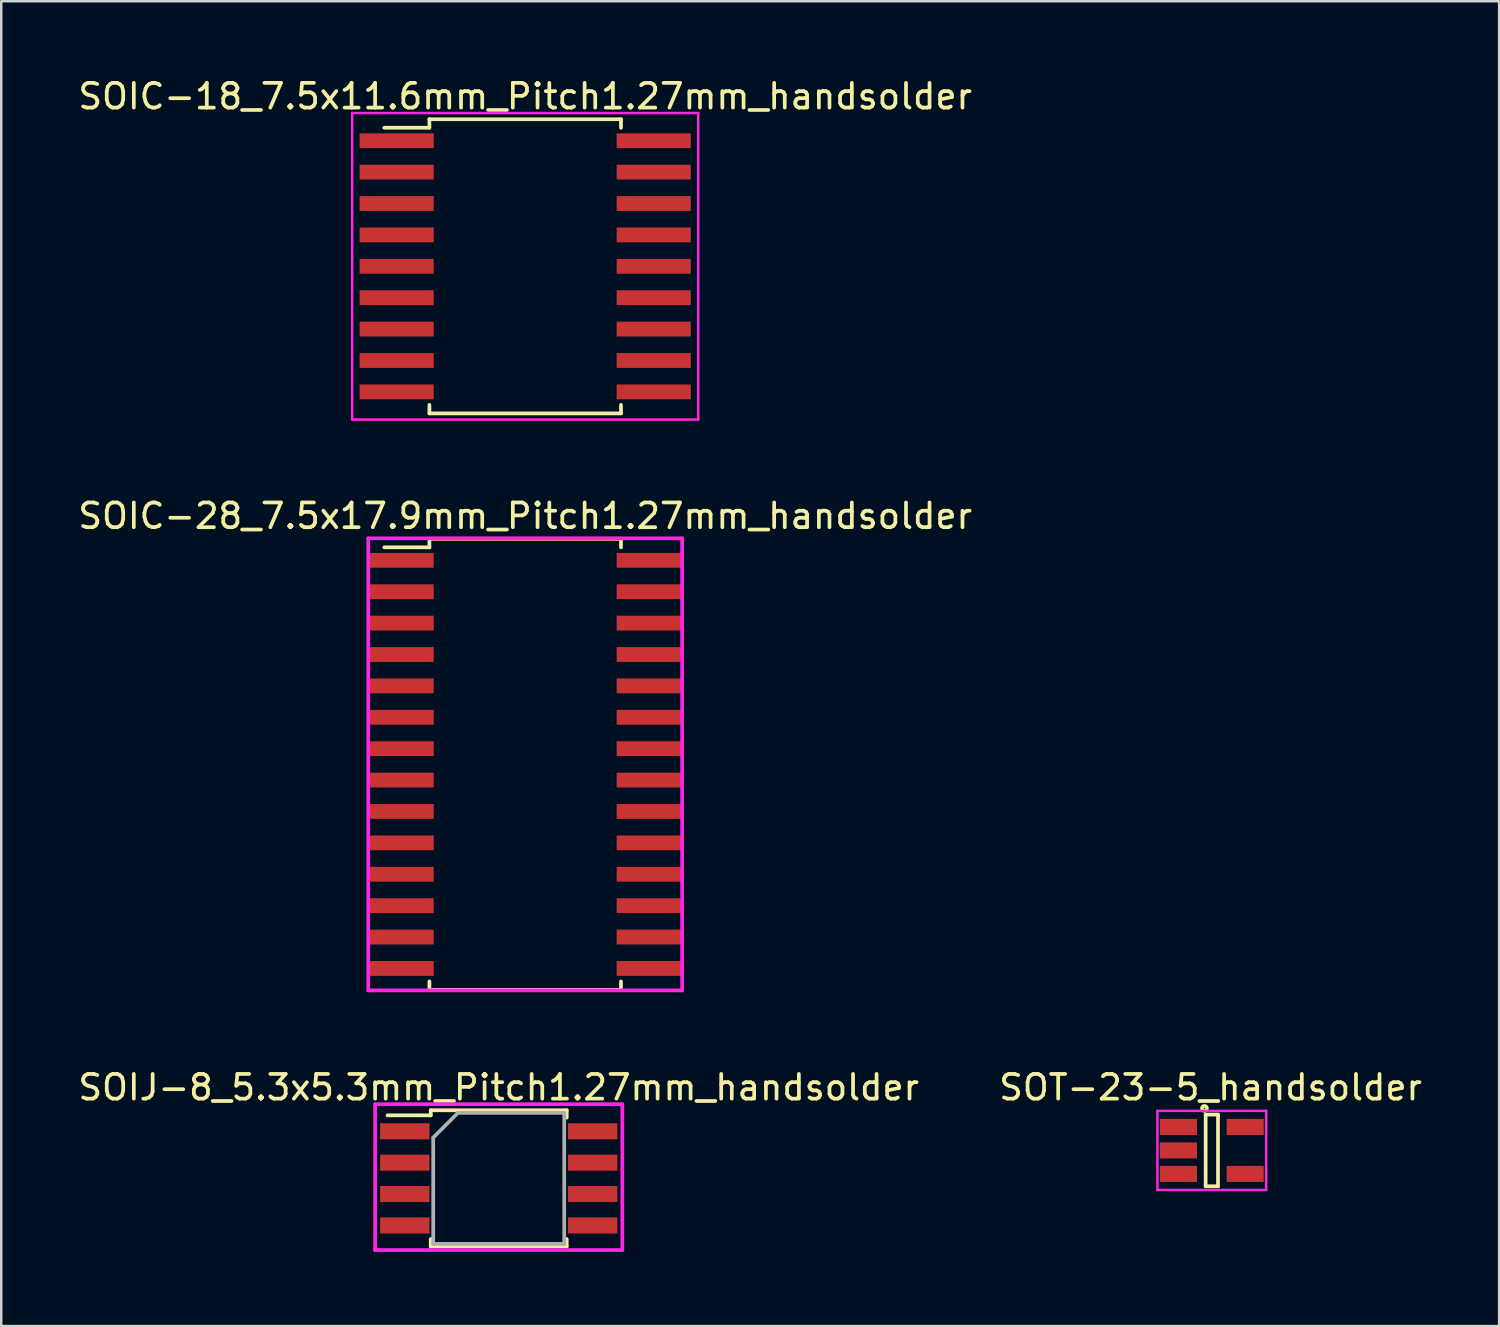
<source format=kicad_pcb>
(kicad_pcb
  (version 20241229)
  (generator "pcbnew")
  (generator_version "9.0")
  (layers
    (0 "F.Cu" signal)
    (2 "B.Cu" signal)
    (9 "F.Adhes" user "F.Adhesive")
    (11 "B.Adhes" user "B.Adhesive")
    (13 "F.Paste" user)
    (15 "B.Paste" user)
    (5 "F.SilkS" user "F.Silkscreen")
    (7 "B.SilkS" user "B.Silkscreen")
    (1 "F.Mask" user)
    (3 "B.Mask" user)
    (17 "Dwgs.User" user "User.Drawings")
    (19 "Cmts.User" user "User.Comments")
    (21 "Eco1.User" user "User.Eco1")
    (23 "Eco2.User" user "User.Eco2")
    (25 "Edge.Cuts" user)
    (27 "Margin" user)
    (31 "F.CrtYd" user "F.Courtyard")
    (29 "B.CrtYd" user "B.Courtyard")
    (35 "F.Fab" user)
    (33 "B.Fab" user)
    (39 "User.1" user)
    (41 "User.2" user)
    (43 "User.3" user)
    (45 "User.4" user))
  (footprint "SOIC-18_7.5x11.6mm_Pitch1.27mm_handsolder"
    (layer "F.Cu")
    (at 18.196 7.723)
    (property "Reference" "SOIC-18_7.5x11.6mm_Pitch1.27mm_handsolder" (at 0 -6.875 0) (layer "F.SilkS") (effects (font (size 1 1) (thickness 0.15))))
    (attr smd)
    (fp_line (start -3.875 -5.95) (end -3.875 -5.605) (stroke (width 0.15) (type solid)) (layer "F.SilkS"))
    (fp_line (start -3.875 -5.95) (end 3.875 -5.95) (stroke (width 0.15) (type solid)) (layer "F.SilkS"))
    (fp_line (start -3.875 -5.605) (end -5.7 -5.605) (stroke (width 0.15) (type solid)) (layer "F.SilkS"))
    (fp_line (start -3.875 5.95) (end -3.875 5.605) (stroke (width 0.15) (type solid)) (layer "F.SilkS"))
    (fp_line (start -3.875 5.95) (end 3.875 5.95) (stroke (width 0.15) (type solid)) (layer "F.SilkS"))
    (fp_line (start 3.875 -5.95) (end 3.875 -5.605) (stroke (width 0.15) (type solid)) (layer "F.SilkS"))
    (fp_line (start 3.875 5.95) (end 3.875 5.605) (stroke (width 0.15) (type solid)) (layer "F.SilkS"))
    (fp_line (start -7 -6.2) (end 7 -6.2) (stroke (width 0.1) (type solid)) (layer "F.CrtYd"))
    (fp_line (start -7 6.2) (end -7 -6.2) (stroke (width 0.1) (type solid)) (layer "F.CrtYd"))
    (fp_line (start 7 -6.2) (end 7 6.2) (stroke (width 0.1) (type solid)) (layer "F.CrtYd"))
    (fp_line (start 7 6.2) (end -7 6.2) (stroke (width 0.1) (type solid)) (layer "F.CrtYd"))
    (pad "1" smd rect (at -5.2 -5.08) (size 3 0.6) (layers "F.Cu" "F.Mask" "F.Paste"))
    (pad "2" smd rect (at -5.2 -3.81) (size 3 0.6) (layers "F.Cu" "F.Mask" "F.Paste"))
    (pad "3" smd rect (at -5.2 -2.54) (size 3 0.6) (layers "F.Cu" "F.Mask" "F.Paste"))
    (pad "4" smd rect (at -5.2 -1.27) (size 3 0.6) (layers "F.Cu" "F.Mask" "F.Paste"))
    (pad "5" smd rect (at -5.2 0) (size 3 0.6) (layers "F.Cu" "F.Mask" "F.Paste"))
    (pad "6" smd rect (at -5.2 1.27) (size 3 0.6) (layers "F.Cu" "F.Mask" "F.Paste"))
    (pad "7" smd rect (at -5.2 2.54) (size 3 0.6) (layers "F.Cu" "F.Mask" "F.Paste"))
    (pad "8" smd rect (at -5.2 3.81) (size 3 0.6) (layers "F.Cu" "F.Mask" "F.Paste"))
    (pad "9" smd rect (at -5.2 5.08) (size 3 0.6) (layers "F.Cu" "F.Mask" "F.Paste"))
    (pad "10" smd rect (at 5.2 5.08) (size 3 0.6) (layers "F.Cu" "F.Mask" "F.Paste"))
    (pad "11" smd rect (at 5.2 3.81) (size 3 0.6) (layers "F.Cu" "F.Mask" "F.Paste"))
    (pad "12" smd rect (at 5.2 2.54) (size 3 0.6) (layers "F.Cu" "F.Mask" "F.Paste"))
    (pad "13" smd rect (at 5.2 1.27) (size 3 0.6) (layers "F.Cu" "F.Mask" "F.Paste"))
    (pad "14" smd rect (at 5.2 0) (size 3 0.6) (layers "F.Cu" "F.Mask" "F.Paste"))
    (pad "15" smd rect (at 5.2 -1.27) (size 3 0.6) (layers "F.Cu" "F.Mask" "F.Paste"))
    (pad "16" smd rect (at 5.2 -2.54) (size 3 0.6) (layers "F.Cu" "F.Mask" "F.Paste"))
    (pad "17" smd rect (at 5.2 -3.81) (size 3 0.6) (layers "F.Cu" "F.Mask" "F.Paste"))
    (pad "18" smd rect (at 5.2 -5.08) (size 3 0.6) (layers "F.Cu" "F.Mask" "F.Paste")))
  (footprint "SOT-23-5_handsolder"
    (layer "F.Cu")
    (at 45.973 43.489)
    (property "Reference" "SOT-23-5_handsolder" (at -0.05 -2.55 0) (layer "F.SilkS") (effects (font (size 1 1) (thickness 0.15))))
    (attr smd)
    (fp_line (start -0.25 -1.45) (end -0.25 1.45) (stroke (width 0.15) (type solid)) (layer "F.SilkS"))
    (fp_line (start -0.25 1.45) (end 0.25 1.45) (stroke (width 0.15) (type solid)) (layer "F.SilkS"))
    (fp_line (start 0.25 -1.45) (end -0.25 -1.45) (stroke (width 0.15) (type solid)) (layer "F.SilkS"))
    (fp_line (start 0.25 1.45) (end 0.25 -1.45) (stroke (width 0.15) (type solid)) (layer "F.SilkS"))
    (fp_circle (center -0.3 -1.7) (end -0.2 -1.7) (stroke (width 0.15) (type solid)) (fill no) (layer "F.SilkS"))
    (fp_line (start -2.2 -1.6) (end 2.2 -1.6) (stroke (width 0.1) (type solid)) (layer "F.CrtYd"))
    (fp_line (start -2.2 1.6) (end -2.2 -1.6) (stroke (width 0.1) (type solid)) (layer "F.CrtYd"))
    (fp_line (start 2.2 -1.6) (end 2.2 1.6) (stroke (width 0.1) (type solid)) (layer "F.CrtYd"))
    (fp_line (start 2.2 1.6) (end -2.2 1.6) (stroke (width 0.1) (type solid)) (layer "F.CrtYd"))
    (pad "1" smd rect (at -1.35 -0.95) (size 1.5 0.65) (layers "F.Cu" "F.Mask" "F.Paste"))
    (pad "2" smd rect (at -1.35 0) (size 1.5 0.65) (layers "F.Cu" "F.Mask" "F.Paste"))
    (pad "3" smd rect (at -1.35 0.95) (size 1.5 0.65) (layers "F.Cu" "F.Mask" "F.Paste"))
    (pad "4" smd rect (at 1.35 0.95) (size 1.5 0.65) (layers "F.Cu" "F.Mask" "F.Paste"))
    (pad "5" smd rect (at 1.35 -0.95) (size 1.5 0.65) (layers "F.Cu" "F.Mask" "F.Paste")))
  (footprint "SOIJ-8_5.3x5.3mm_Pitch1.27mm_handsolder"
    (layer "F.Cu")
    (at 17.125 44.619)
    (property "Reference" "SOIJ-8_5.3x5.3mm_Pitch1.27mm_handsolder" (at 0 -3.68 0) (layer "F.SilkS") (effects (font (size 1 1) (thickness 0.15))))
    (attr smd)
    (fp_line (start -2.75 -2.755) (end -2.75 -2.55) (stroke (width 0.15) (type solid)) (layer "F.SilkS"))
    (fp_line (start -2.75 -2.755) (end 2.75 -2.755) (stroke (width 0.15) (type solid)) (layer "F.SilkS"))
    (fp_line (start -2.75 -2.55) (end -4.5 -2.55) (stroke (width 0.15) (type solid)) (layer "F.SilkS"))
    (fp_line (start -2.75 2.755) (end -2.75 2.455) (stroke (width 0.15) (type solid)) (layer "F.SilkS"))
    (fp_line (start -2.75 2.755) (end 2.75 2.755) (stroke (width 0.15) (type solid)) (layer "F.SilkS"))
    (fp_line (start 2.75 -2.755) (end 2.75 -2.455) (stroke (width 0.15) (type solid)) (layer "F.SilkS"))
    (fp_line (start 2.75 2.755) (end 2.75 2.455) (stroke (width 0.15) (type solid)) (layer "F.SilkS"))
    (fp_line (start -5 -3) (end -5 2.9) (stroke (width 0.15) (type solid)) (layer "F.CrtYd"))
    (fp_line (start -5 2.9) (end -4.8 2.9) (stroke (width 0.15) (type solid)) (layer "F.CrtYd"))
    (fp_line (start -4.9 2.9) (end 5 2.9) (stroke (width 0.15) (type solid)) (layer "F.CrtYd"))
    (fp_line (start 5 -3) (end -5 -3) (stroke (width 0.15) (type solid)) (layer "F.CrtYd"))
    (fp_line (start 5 -2.9) (end 5 -3) (stroke (width 0.15) (type solid)) (layer "F.CrtYd"))
    (fp_line (start 5 2.9) (end 5 -2.9) (stroke (width 0.15) (type solid)) (layer "F.CrtYd"))
    (fp_line (start -2.65 -1.65) (end -1.65 -2.65) (stroke (width 0.15) (type solid)) (layer "F.Fab"))
    (fp_line (start -2.65 2.65) (end -2.65 -1.65) (stroke (width 0.15) (type solid)) (layer "F.Fab"))
    (fp_line (start -1.65 -2.65) (end 2.65 -2.65) (stroke (width 0.15) (type solid)) (layer "F.Fab"))
    (fp_line (start 2.65 -2.65) (end 2.65 2.65) (stroke (width 0.15) (type solid)) (layer "F.Fab"))
    (fp_line (start 2.65 2.65) (end -2.65 2.65) (stroke (width 0.15) (type solid)) (layer "F.Fab"))
    (pad "1" smd rect (at -3.8 -1.905) (size 2 0.65) (layers "F.Cu" "F.Mask" "F.Paste"))
    (pad "2" smd rect (at -3.8 -0.635) (size 2 0.65) (layers "F.Cu" "F.Mask" "F.Paste"))
    (pad "3" smd rect (at -3.8 0.635) (size 2 0.65) (layers "F.Cu" "F.Mask" "F.Paste"))
    (pad "4" smd rect (at -3.8 1.905) (size 2 0.65) (layers "F.Cu" "F.Mask" "F.Paste"))
    (pad "5" smd rect (at 3.8 1.905) (size 2 0.65) (layers "F.Cu" "F.Mask" "F.Paste"))
    (pad "6" smd rect (at 3.8 0.635) (size 2 0.65) (layers "F.Cu" "F.Mask" "F.Paste"))
    (pad "7" smd rect (at 3.8 -0.635) (size 2 0.65) (layers "F.Cu" "F.Mask" "F.Paste"))
    (pad "8" smd rect (at 3.8 -1.905) (size 2 0.65) (layers "F.Cu" "F.Mask" "F.Paste")))
  (footprint "SOIC-28_7.5x17.9mm_Pitch1.27mm_handsolder"
    (layer "F.Cu")
    (at 18.196 27.872)
    (property "Reference" "SOIC-28_7.5x17.9mm_Pitch1.27mm_handsolder" (at 0 -10.05 0) (layer "F.SilkS") (effects (font (size 1 1) (thickness 0.15))))
    (attr smd)
    (fp_line (start -3.875 -9.125) (end -3.875 -8.78) (stroke (width 0.15) (type solid)) (layer "F.SilkS"))
    (fp_line (start -3.875 -9.125) (end 3.875 -9.125) (stroke (width 0.15) (type solid)) (layer "F.SilkS"))
    (fp_line (start -3.875 -8.78) (end -5.7 -8.78) (stroke (width 0.15) (type solid)) (layer "F.SilkS"))
    (fp_line (start -3.875 9.125) (end -3.875 8.78) (stroke (width 0.15) (type solid)) (layer "F.SilkS"))
    (fp_line (start -3.875 9.125) (end 3.875 9.125) (stroke (width 0.15) (type solid)) (layer "F.SilkS"))
    (fp_line (start 3.875 -9.125) (end 3.875 -8.78) (stroke (width 0.15) (type solid)) (layer "F.SilkS"))
    (fp_line (start 3.875 9.125) (end 3.875 8.78) (stroke (width 0.15) (type solid)) (layer "F.SilkS"))
    (fp_line (start -6.35 -9.144) (end -6.35 9.144) (stroke (width 0.15) (type solid)) (layer "F.CrtYd"))
    (fp_line (start -6.35 9.144) (end 6.35 9.144) (stroke (width 0.15) (type solid)) (layer "F.CrtYd"))
    (fp_line (start 6.35 -9.144) (end -6.35 -9.144) (stroke (width 0.15) (type solid)) (layer "F.CrtYd"))
    (fp_line (start 6.35 9.144) (end 6.35 -9.144) (stroke (width 0.15) (type solid)) (layer "F.CrtYd"))
    (pad "1" smd rect (at -5 -8.255) (size 2.6 0.6) (layers "F.Cu" "F.Mask" "F.Paste"))
    (pad "2" smd rect (at -5 -6.985) (size 2.6 0.6) (layers "F.Cu" "F.Mask" "F.Paste"))
    (pad "3" smd rect (at -5 -5.715) (size 2.6 0.6) (layers "F.Cu" "F.Mask" "F.Paste"))
    (pad "4" smd rect (at -5 -4.445) (size 2.6 0.6) (layers "F.Cu" "F.Mask" "F.Paste"))
    (pad "5" smd rect (at -5 -3.175) (size 2.6 0.6) (layers "F.Cu" "F.Mask" "F.Paste"))
    (pad "6" smd rect (at -5 -1.905) (size 2.6 0.6) (layers "F.Cu" "F.Mask" "F.Paste"))
    (pad "7" smd rect (at -5 -0.635) (size 2.6 0.6) (layers "F.Cu" "F.Mask" "F.Paste"))
    (pad "8" smd rect (at -5 0.635) (size 2.6 0.6) (layers "F.Cu" "F.Mask" "F.Paste"))
    (pad "9" smd rect (at -5 1.905) (size 2.6 0.6) (layers "F.Cu" "F.Mask" "F.Paste"))
    (pad "10" smd rect (at -5 3.175) (size 2.6 0.6) (layers "F.Cu" "F.Mask" "F.Paste"))
    (pad "11" smd rect (at -5 4.445) (size 2.6 0.6) (layers "F.Cu" "F.Mask" "F.Paste"))
    (pad "12" smd rect (at -5 5.715) (size 2.6 0.6) (layers "F.Cu" "F.Mask" "F.Paste"))
    (pad "13" smd rect (at -5 6.985) (size 2.6 0.6) (layers "F.Cu" "F.Mask" "F.Paste"))
    (pad "14" smd rect (at -5 8.255) (size 2.6 0.6) (layers "F.Cu" "F.Mask" "F.Paste"))
    (pad "15" smd rect (at 5 8.255) (size 2.6 0.6) (layers "F.Cu" "F.Mask" "F.Paste"))
    (pad "16" smd rect (at 5 6.985) (size 2.6 0.6) (layers "F.Cu" "F.Mask" "F.Paste"))
    (pad "17" smd rect (at 5 5.715) (size 2.6 0.6) (layers "F.Cu" "F.Mask" "F.Paste"))
    (pad "18" smd rect (at 5 4.445) (size 2.6 0.6) (layers "F.Cu" "F.Mask" "F.Paste"))
    (pad "19" smd rect (at 5 3.175) (size 2.6 0.6) (layers "F.Cu" "F.Mask" "F.Paste"))
    (pad "20" smd rect (at 5 1.905) (size 2.6 0.6) (layers "F.Cu" "F.Mask" "F.Paste"))
    (pad "21" smd rect (at 5 0.635) (size 2.6 0.6) (layers "F.Cu" "F.Mask" "F.Paste"))
    (pad "22" smd rect (at 5 -0.635) (size 2.6 0.6) (layers "F.Cu" "F.Mask" "F.Paste"))
    (pad "23" smd rect (at 5 -1.905) (size 2.6 0.6) (layers "F.Cu" "F.Mask" "F.Paste"))
    (pad "24" smd rect (at 5 -3.175) (size 2.6 0.6) (layers "F.Cu" "F.Mask" "F.Paste"))
    (pad "25" smd rect (at 5 -4.445) (size 2.6 0.6) (layers "F.Cu" "F.Mask" "F.Paste"))
    (pad "26" smd rect (at 5 -5.715) (size 2.6 0.6) (layers "F.Cu" "F.Mask" "F.Paste"))
    (pad "27" smd rect (at 5 -6.985) (size 2.6 0.6) (layers "F.Cu" "F.Mask" "F.Paste"))
    (pad "28" smd rect (at 5 -8.255) (size 2.6 0.6) (layers "F.Cu" "F.Mask" "F.Paste")))
  (gr_rect
    (start -3 -3)
    (end 57.595 50.594)
    (stroke (width 0.1) (type default))
    (fill no)
    (layer "Edge.Cuts")))
</source>
